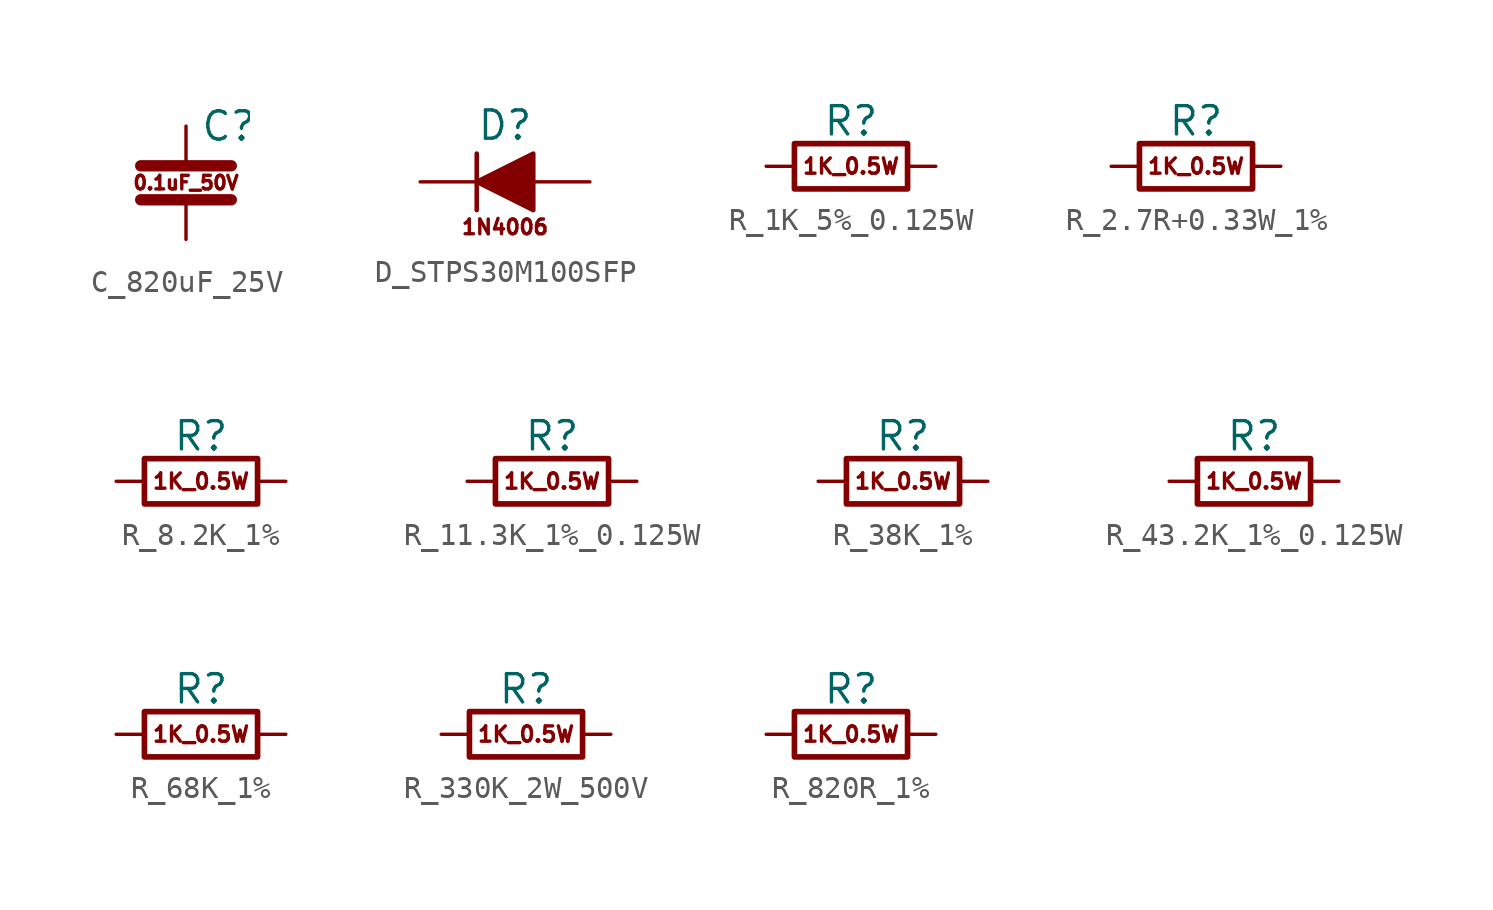
<source format=kicad_sym>
(kicad_symbol_lib
  (version 20201005)
  (generator kicad_symbol_editor)
  (symbol "ATC:C_820uF_25V"
    (pin_numbers hide)
    (pin_names
      (offset 0.254))
    (property "Reference" "C"
      (at 0.635 2.54 0)
      (effects (font (size 1.27 1.27)) (justify left)))
    (symbol "C_820uF_25V_0_1"
      (polyline (pts (xy -2.032 -0.762) (xy 2.032 -0.762)) (stroke (width 0.508)) (fill (type none)))
      (polyline (pts (xy -2.032 0.762) (xy 2.032 0.762)) (stroke (width 0.508)) (fill (type none))))
    (symbol "C_820uF_25V_1_0"
      (text "0.1uF_50V" (at 0 0 0) (effects (font (size 0.61 0.61)))))
    (symbol "C_820uF_25V_1_1"
      (pin passive line (at 0 2.54 270) (length 1.803) (name "~" (effects (font (size 1.27 1.27)))) (number "1" (effects (font (size 1.27 1.27)))))
      (pin passive line (at 0 -2.54 90) (length 1.803) (name "~" (effects (font (size 1.27 1.27)))) (number "2" (effects (font (size 1.27 1.27)))))))
  (symbol "ATC:D_STPS30M100SFP"
    (pin_numbers hide)
    (pin_names
      (offset 1.016) hide)
    (property "Reference" "D"
      (at 0 2.54 0)
      (effects (font (size 1.27 1.27))))
    (symbol "D_STPS30M100SFP_0_0"
      (text "1N4006" (at 0 -2.032 0) (effects (font (size 0.66 0.66)))))
    (symbol "D_STPS30M100SFP_0_1"
      (polyline (pts (xy -1.27 1.27) (xy -1.27 -1.27)) (stroke (width 0.203)) (fill (type none)))
      (polyline (pts (xy 1.27 0) (xy -1.27 0)) (stroke (width 0)) (fill (type none)))
      (polyline (pts (xy 1.27 1.27) (xy 1.27 -1.27) (xy -1.27 0) (xy 1.27 1.27)) (stroke (width 0.203)) (fill (type outline))))
    (symbol "D_STPS30M100SFP_1_1"
      (pin passive line (at -3.81 0 0) (length 2.54) (name "K" (effects (font (size 1.27 1.27)))) (number "1" (effects (font (size 1.27 1.27)))))
      (pin passive line (at 3.81 0 180) (length 2.54) (name "A" (effects (font (size 1.27 1.27)))) (number "2" (effects (font (size 1.27 1.27)))))))
  (symbol "ATC:R_1K_5%_0.125W"
    (pin_numbers hide)
    (pin_names
      (offset 0))
    (property "Reference" "R"
      (at 0 2.032 0)
      (effects (font (size 1.27 1.27))))
    (symbol "R_1K_5%_0.125W_0_0"
      (text "1K_0.5W" (at 0 0 0) (effects (font (size 0.686 0.686)))))
    (symbol "R_1K_5%_0.125W_0_1"
      (rectangle (start 2.54 -1.016) (end -2.54 1.016) (stroke (width 0.254)) (fill (type none))))
    (symbol "R_1K_5%_0.125W_1_1"
      (pin passive line (at -3.81 0 0) (length 1.27) (name "~" (effects (font (size 1.27 1.27)))) (number "1" (effects (font (size 1.27 1.27)))))
      (pin passive line (at 3.81 0 180) (length 1.27) (name "~" (effects (font (size 1.27 1.27)))) (number "2" (effects (font (size 1.27 1.27)))))))
  (symbol "ATC:R_2.7R+0.33W_1%"
    (pin_numbers hide)
    (pin_names
      (offset 0))
    (property "Reference" "R"
      (at 0 2.032 0)
      (effects (font (size 1.27 1.27))))
    (symbol "R_2.7R+0.33W_1%_0_0"
      (text "1K_0.5W" (at 0 0 0) (effects (font (size 0.686 0.686)))))
    (symbol "R_2.7R+0.33W_1%_0_1"
      (rectangle (start 2.54 -1.016) (end -2.54 1.016) (stroke (width 0.254)) (fill (type none))))
    (symbol "R_2.7R+0.33W_1%_1_1"
      (pin passive line (at -3.81 0 0) (length 1.27) (name "~" (effects (font (size 1.27 1.27)))) (number "1" (effects (font (size 1.27 1.27)))))
      (pin passive line (at 3.81 0 180) (length 1.27) (name "~" (effects (font (size 1.27 1.27)))) (number "2" (effects (font (size 1.27 1.27)))))))
  (symbol "ATC:R_8.2K_1%"
    (pin_numbers hide)
    (pin_names
      (offset 0))
    (property "Reference" "R"
      (at 0 2.032 0)
      (effects (font (size 1.27 1.27))))
    (symbol "R_8.2K_1%_0_0"
      (text "1K_0.5W" (at 0 0 0) (effects (font (size 0.686 0.686)))))
    (symbol "R_8.2K_1%_0_1"
      (rectangle (start 2.54 -1.016) (end -2.54 1.016) (stroke (width 0.254)) (fill (type none))))
    (symbol "R_8.2K_1%_1_1"
      (pin passive line (at -3.81 0 0) (length 1.27) (name "~" (effects (font (size 1.27 1.27)))) (number "1" (effects (font (size 1.27 1.27)))))
      (pin passive line (at 3.81 0 180) (length 1.27) (name "~" (effects (font (size 1.27 1.27)))) (number "2" (effects (font (size 1.27 1.27)))))))
  (symbol "ATC:R_11.3K_1%_0.125W"
    (pin_numbers hide)
    (pin_names
      (offset 0))
    (property "Reference" "R"
      (at 0 2.032 0)
      (effects (font (size 1.27 1.27))))
    (symbol "R_11.3K_1%_0.125W_0_0"
      (text "1K_0.5W" (at 0 0 0) (effects (font (size 0.686 0.686)))))
    (symbol "R_11.3K_1%_0.125W_0_1"
      (rectangle (start 2.54 -1.016) (end -2.54 1.016) (stroke (width 0.254)) (fill (type none))))
    (symbol "R_11.3K_1%_0.125W_1_1"
      (pin passive line (at -3.81 0 0) (length 1.27) (name "~" (effects (font (size 1.27 1.27)))) (number "1" (effects (font (size 1.27 1.27)))))
      (pin passive line (at 3.81 0 180) (length 1.27) (name "~" (effects (font (size 1.27 1.27)))) (number "2" (effects (font (size 1.27 1.27)))))))
  (symbol "ATC:R_38K_1%"
    (pin_numbers hide)
    (pin_names
      (offset 0))
    (property "Reference" "R"
      (at 0 2.032 0)
      (effects (font (size 1.27 1.27))))
    (symbol "R_38K_1%_0_0"
      (text "1K_0.5W" (at 0 0 0) (effects (font (size 0.686 0.686)))))
    (symbol "R_38K_1%_0_1"
      (rectangle (start 2.54 -1.016) (end -2.54 1.016) (stroke (width 0.254)) (fill (type none))))
    (symbol "R_38K_1%_1_1"
      (pin passive line (at -3.81 0 0) (length 1.27) (name "~" (effects (font (size 1.27 1.27)))) (number "1" (effects (font (size 1.27 1.27)))))
      (pin passive line (at 3.81 0 180) (length 1.27) (name "~" (effects (font (size 1.27 1.27)))) (number "2" (effects (font (size 1.27 1.27)))))))
  (symbol "ATC:R_43.2K_1%_0.125W"
    (pin_numbers hide)
    (pin_names
      (offset 0))
    (property "Reference" "R"
      (at 0 2.032 0)
      (effects (font (size 1.27 1.27))))
    (symbol "R_43.2K_1%_0.125W_0_0"
      (text "1K_0.5W" (at 0 0 0) (effects (font (size 0.686 0.686)))))
    (symbol "R_43.2K_1%_0.125W_0_1"
      (rectangle (start 2.54 -1.016) (end -2.54 1.016) (stroke (width 0.254)) (fill (type none))))
    (symbol "R_43.2K_1%_0.125W_1_1"
      (pin passive line (at -3.81 0 0) (length 1.27) (name "~" (effects (font (size 1.27 1.27)))) (number "1" (effects (font (size 1.27 1.27)))))
      (pin passive line (at 3.81 0 180) (length 1.27) (name "~" (effects (font (size 1.27 1.27)))) (number "2" (effects (font (size 1.27 1.27)))))))
  (symbol "ATC:R_68K_1%"
    (pin_numbers hide)
    (pin_names
      (offset 0))
    (property "Reference" "R"
      (at 0 2.032 0)
      (effects (font (size 1.27 1.27))))
    (symbol "R_68K_1%_0_0"
      (text "1K_0.5W" (at 0 0 0) (effects (font (size 0.686 0.686)))))
    (symbol "R_68K_1%_0_1"
      (rectangle (start 2.54 -1.016) (end -2.54 1.016) (stroke (width 0.254)) (fill (type none))))
    (symbol "R_68K_1%_1_1"
      (pin passive line (at -3.81 0 0) (length 1.27) (name "~" (effects (font (size 1.27 1.27)))) (number "1" (effects (font (size 1.27 1.27)))))
      (pin passive line (at 3.81 0 180) (length 1.27) (name "~" (effects (font (size 1.27 1.27)))) (number "2" (effects (font (size 1.27 1.27)))))))
  (symbol "ATC:R_330K_2W_500V"
    (pin_numbers hide)
    (pin_names
      (offset 0))
    (property "Reference" "R"
      (at 0 2.032 0)
      (effects (font (size 1.27 1.27))))
    (symbol "R_330K_2W_500V_0_0"
      (text "1K_0.5W" (at 0 0 0) (effects (font (size 0.686 0.686)))))
    (symbol "R_330K_2W_500V_0_1"
      (rectangle (start 2.54 -1.016) (end -2.54 1.016) (stroke (width 0.254)) (fill (type none))))
    (symbol "R_330K_2W_500V_1_1"
      (pin passive line (at -3.81 0 0) (length 1.27) (name "~" (effects (font (size 1.27 1.27)))) (number "1" (effects (font (size 1.27 1.27)))))
      (pin passive line (at 3.81 0 180) (length 1.27) (name "~" (effects (font (size 1.27 1.27)))) (number "2" (effects (font (size 1.27 1.27)))))))
  (symbol "ATC:R_820R_1%"
    (pin_numbers hide)
    (pin_names
      (offset 0))
    (property "Reference" "R"
      (at 0 2.032 0)
      (effects (font (size 1.27 1.27))))
    (symbol "R_820R_1%_0_0"
      (text "1K_0.5W" (at 0 0 0) (effects (font (size 0.686 0.686)))))
    (symbol "R_820R_1%_0_1"
      (rectangle (start 2.54 -1.016) (end -2.54 1.016) (stroke (width 0.254)) (fill (type none))))
    (symbol "R_820R_1%_1_1"
      (pin passive line (at -3.81 0 0) (length 1.27) (name "~" (effects (font (size 1.27 1.27)))) (number "1" (effects (font (size 1.27 1.27)))))
      (pin passive line (at 3.81 0 180) (length 1.27) (name "~" (effects (font (size 1.27 1.27)))) (number "2" (effects (font (size 1.27 1.27))))))))
</source>
